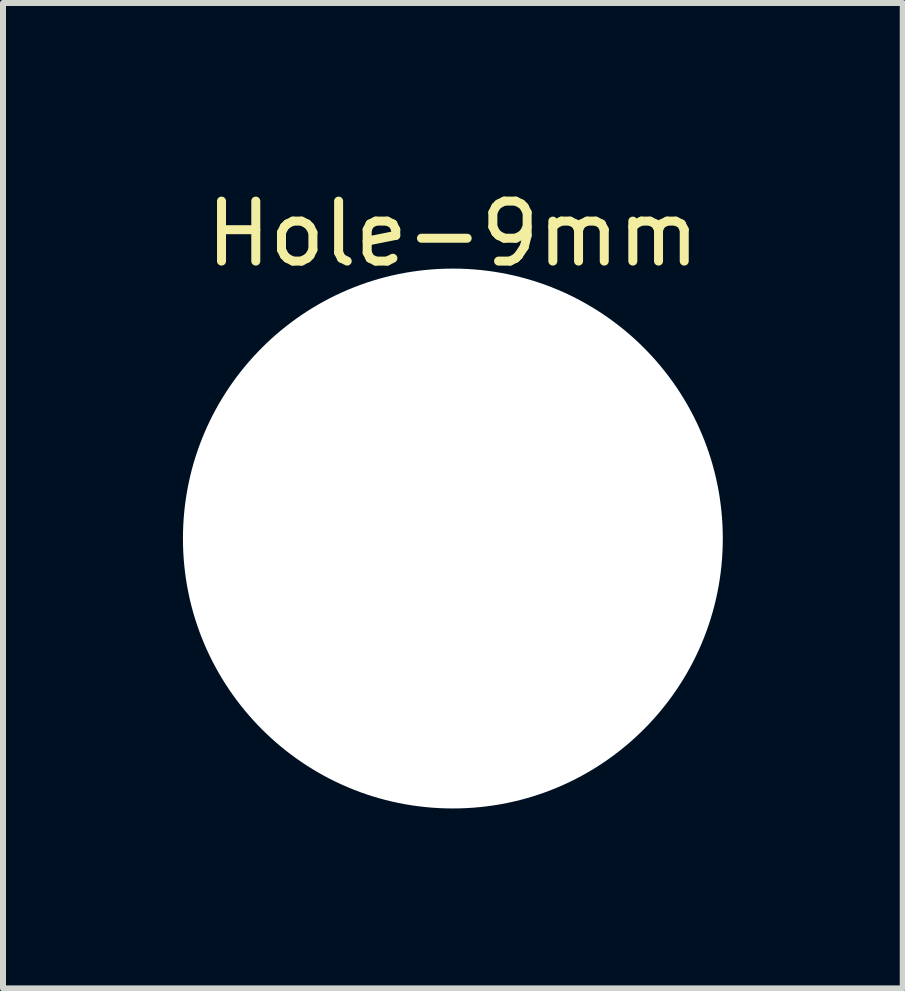
<source format=kicad_pcb>
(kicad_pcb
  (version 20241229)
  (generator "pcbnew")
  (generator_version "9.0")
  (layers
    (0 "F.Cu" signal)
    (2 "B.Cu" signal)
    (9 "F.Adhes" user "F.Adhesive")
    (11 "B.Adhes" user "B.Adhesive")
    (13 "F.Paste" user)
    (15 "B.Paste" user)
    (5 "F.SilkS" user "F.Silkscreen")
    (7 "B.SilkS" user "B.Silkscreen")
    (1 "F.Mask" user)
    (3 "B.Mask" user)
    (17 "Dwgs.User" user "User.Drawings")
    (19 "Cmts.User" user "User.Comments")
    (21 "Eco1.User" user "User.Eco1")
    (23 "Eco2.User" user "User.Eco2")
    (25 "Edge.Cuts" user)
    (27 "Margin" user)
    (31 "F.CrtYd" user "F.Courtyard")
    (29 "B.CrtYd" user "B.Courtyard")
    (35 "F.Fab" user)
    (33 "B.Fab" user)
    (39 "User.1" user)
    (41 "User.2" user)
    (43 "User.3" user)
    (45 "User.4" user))
  (footprint "Hole-9mm"
    (layer "F.Cu")
    (at 4.5 5.928)
    (property "Reference" "Hole-9mm" (at 0 -5.08 0) (layer "F.SilkS") (effects (font (size 1 1) (thickness 0.15))))
    (attr through_hole)
    (pad "" np_thru_hole circle (at 0 0) (size 9 9) (drill 9) (layers "*.Cu" "*.Mask")))
  (gr_rect
    (start -3 -3)
    (end 12 13.428)
    (stroke (width 0.1) (type default))
    (fill no)
    (layer "Edge.Cuts")))
</source>
